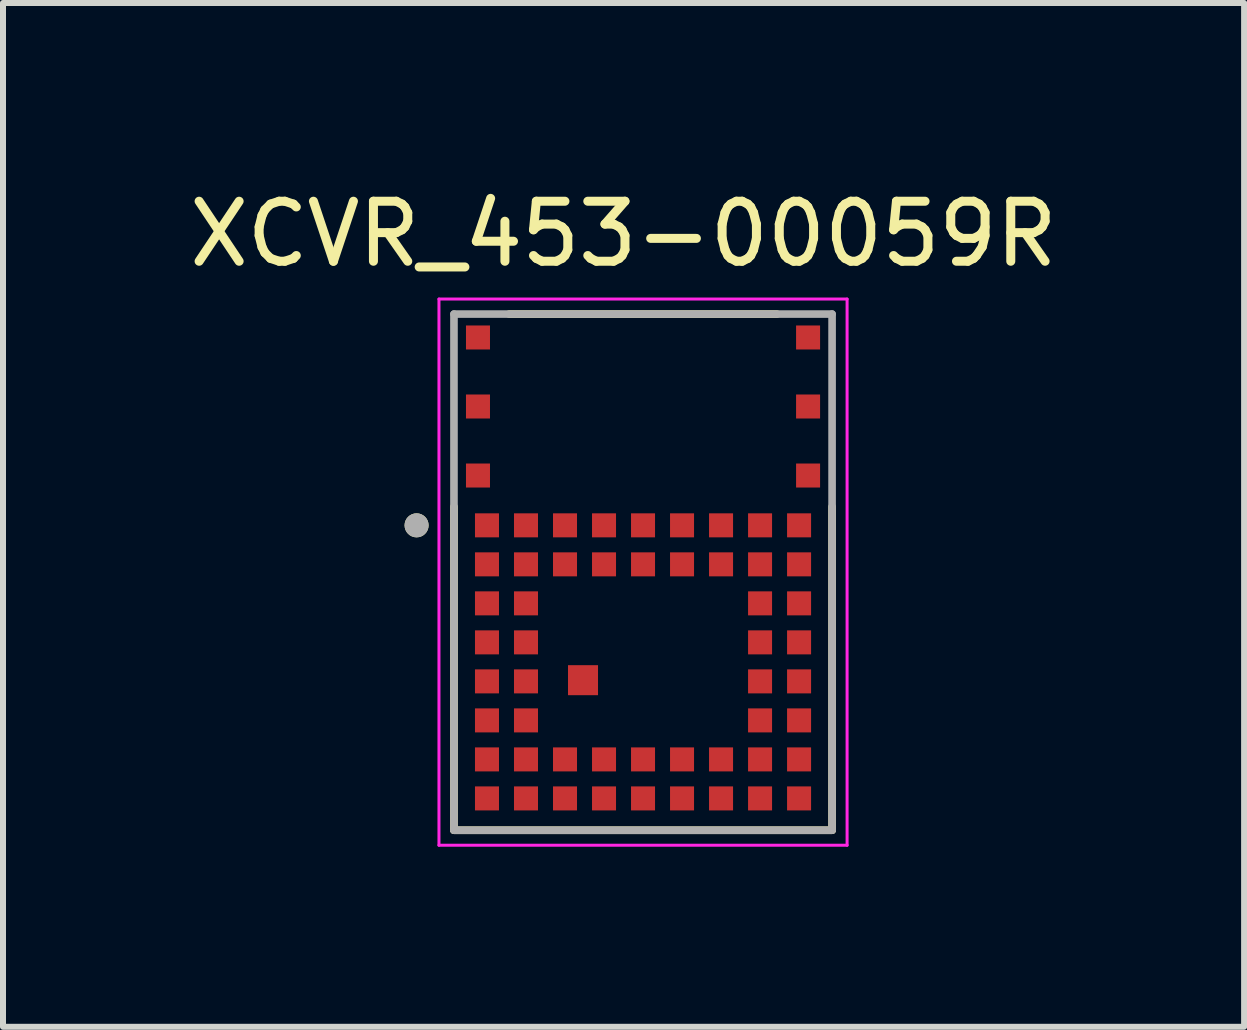
<source format=kicad_pcb>
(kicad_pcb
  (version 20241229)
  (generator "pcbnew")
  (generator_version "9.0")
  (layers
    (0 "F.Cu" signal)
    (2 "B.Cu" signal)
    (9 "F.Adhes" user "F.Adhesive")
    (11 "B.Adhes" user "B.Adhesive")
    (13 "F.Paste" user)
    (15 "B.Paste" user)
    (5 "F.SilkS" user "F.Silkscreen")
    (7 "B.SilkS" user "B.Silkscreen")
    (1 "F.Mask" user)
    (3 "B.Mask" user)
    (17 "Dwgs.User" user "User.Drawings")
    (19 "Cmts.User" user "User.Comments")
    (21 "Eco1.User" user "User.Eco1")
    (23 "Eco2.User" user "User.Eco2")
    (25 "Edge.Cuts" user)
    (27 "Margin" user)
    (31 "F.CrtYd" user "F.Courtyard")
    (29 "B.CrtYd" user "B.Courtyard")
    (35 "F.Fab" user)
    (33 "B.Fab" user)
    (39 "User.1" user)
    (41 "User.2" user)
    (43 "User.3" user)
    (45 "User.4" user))
  (footprint "XCVR_453-00059R"
    (layer "F.Cu")
    (at 7.664 6.483)
    (property "Reference" "XCVR_453-00059R" (at -0.325 -5.635 0) (layer "F.SilkS") (effects (font (size 1 1) (thickness 0.15))))
    (attr smd)
    (fp_line (start -3.15 4.3) (end -3.15 -1.09) (stroke (width 0.127) (type solid)) (layer "F.SilkS"))
    (fp_line (start -3.15 4.3) (end 3.15 4.3) (stroke (width 0.127) (type solid)) (layer "F.SilkS"))
    (fp_line (start -2.23 -4.3) (end 2.23 -4.3) (stroke (width 0.127) (type solid)) (layer "F.SilkS"))
    (fp_line (start 3.15 4.3) (end 3.15 -1.09) (stroke (width 0.127) (type solid)) (layer "F.SilkS"))
    (fp_circle (center -3.773 -0.78) (end -3.673 -0.78) (stroke (width 0.2) (type solid)) (fill no) (layer "F.SilkS"))
    (fp_line (start -3.4 -4.55) (end -3.4 4.55) (stroke (width 0.05) (type solid)) (layer "F.CrtYd"))
    (fp_line (start -3.4 4.55) (end 3.4 4.55) (stroke (width 0.05) (type solid)) (layer "F.CrtYd"))
    (fp_line (start 3.4 -4.55) (end -3.4 -4.55) (stroke (width 0.05) (type solid)) (layer "F.CrtYd"))
    (fp_line (start 3.4 4.55) (end 3.4 -4.55) (stroke (width 0.05) (type solid)) (layer "F.CrtYd"))
    (fp_line (start -3.15 -4.3) (end 3.15 -4.3) (stroke (width 0.127) (type solid)) (layer "F.Fab"))
    (fp_line (start -3.15 4.3) (end -3.15 -4.3) (stroke (width 0.127) (type solid)) (layer "F.Fab"))
    (fp_line (start -3.15 4.3) (end 3.15 4.3) (stroke (width 0.127) (type solid)) (layer "F.Fab"))
    (fp_line (start 3.15 4.3) (end 3.15 -4.3) (stroke (width 0.127) (type solid)) (layer "F.Fab"))
    (fp_circle (center -3.773 -0.78) (end -3.673 -0.78) (stroke (width 0.2) (type solid)) (fill no) (layer "F.Fab"))
    (pad "1" smd rect (at -2.6 -0.78) (size 0.4 0.4) (layers "F.Cu" "F.Mask" "F.Paste"))
    (pad "2" smd rect (at -1.95 -0.78) (size 0.4 0.4) (layers "F.Cu" "F.Mask" "F.Paste"))
    (pad "3" smd rect (at -1.3 -0.78) (size 0.4 0.4) (layers "F.Cu" "F.Mask" "F.Paste"))
    (pad "4" smd rect (at -0.65 -0.78) (size 0.4 0.4) (layers "F.Cu" "F.Mask" "F.Paste"))
    (pad "5" smd rect (at 0 -0.78) (size 0.4 0.4) (layers "F.Cu" "F.Mask" "F.Paste"))
    (pad "6" smd rect (at 0.65 -0.78) (size 0.4 0.4) (layers "F.Cu" "F.Mask" "F.Paste"))
    (pad "7" smd rect (at 1.3 -0.78) (size 0.4 0.4) (layers "F.Cu" "F.Mask" "F.Paste"))
    (pad "8" smd rect (at 1.95 -0.78) (size 0.4 0.4) (layers "F.Cu" "F.Mask" "F.Paste"))
    (pad "9" smd rect (at 2.6 -0.78) (size 0.4 0.4) (layers "F.Cu" "F.Mask" "F.Paste"))
    (pad "10" smd rect (at 2.6 -0.13) (size 0.4 0.4) (layers "F.Cu" "F.Mask" "F.Paste"))
    (pad "11" smd rect (at 2.6 0.52) (size 0.4 0.4) (layers "F.Cu" "F.Mask" "F.Paste"))
    (pad "12" smd rect (at 2.6 1.17) (size 0.4 0.4) (layers "F.Cu" "F.Mask" "F.Paste"))
    (pad "13" smd rect (at 2.6 1.82) (size 0.4 0.4) (layers "F.Cu" "F.Mask" "F.Paste"))
    (pad "14" smd rect (at 2.6 2.47) (size 0.4 0.4) (layers "F.Cu" "F.Mask" "F.Paste"))
    (pad "15" smd rect (at 2.6 3.12) (size 0.4 0.4) (layers "F.Cu" "F.Mask" "F.Paste"))
    (pad "16" smd rect (at 2.6 3.77) (size 0.4 0.4) (layers "F.Cu" "F.Mask" "F.Paste"))
    (pad "17" smd rect (at 1.95 3.77) (size 0.4 0.4) (layers "F.Cu" "F.Mask" "F.Paste"))
    (pad "18" smd rect (at 1.3 3.77) (size 0.4 0.4) (layers "F.Cu" "F.Mask" "F.Paste"))
    (pad "19" smd rect (at 0.65 3.77) (size 0.4 0.4) (layers "F.Cu" "F.Mask" "F.Paste"))
    (pad "20" smd rect (at 0 3.77) (size 0.4 0.4) (layers "F.Cu" "F.Mask" "F.Paste"))
    (pad "21" smd rect (at -0.65 3.77) (size 0.4 0.4) (layers "F.Cu" "F.Mask" "F.Paste"))
    (pad "22" smd rect (at -1.3 3.77) (size 0.4 0.4) (layers "F.Cu" "F.Mask" "F.Paste"))
    (pad "23" smd rect (at -1.95 3.77) (size 0.4 0.4) (layers "F.Cu" "F.Mask" "F.Paste"))
    (pad "24" smd rect (at -2.6 3.77) (size 0.4 0.4) (layers "F.Cu" "F.Mask" "F.Paste"))
    (pad "25" smd rect (at -2.6 3.12) (size 0.4 0.4) (layers "F.Cu" "F.Mask" "F.Paste"))
    (pad "26" smd rect (at -2.6 2.47) (size 0.4 0.4) (layers "F.Cu" "F.Mask" "F.Paste"))
    (pad "27" smd rect (at -2.6 1.82) (size 0.4 0.4) (layers "F.Cu" "F.Mask" "F.Paste"))
    (pad "28" smd rect (at -2.6 1.17) (size 0.4 0.4) (layers "F.Cu" "F.Mask" "F.Paste"))
    (pad "29" smd rect (at -2.6 0.52) (size 0.4 0.4) (layers "F.Cu" "F.Mask" "F.Paste"))
    (pad "30" smd rect (at -2.6 -0.13) (size 0.4 0.4) (layers "F.Cu" "F.Mask" "F.Paste"))
    (pad "31" smd rect (at -1.95 -0.13) (size 0.4 0.4) (layers "F.Cu" "F.Mask" "F.Paste"))
    (pad "32" smd rect (at -1.3 -0.13) (size 0.4 0.4) (layers "F.Cu" "F.Mask" "F.Paste"))
    (pad "33" smd rect (at -0.65 -0.13) (size 0.4 0.4) (layers "F.Cu" "F.Mask" "F.Paste"))
    (pad "34" smd rect (at 0 -0.13) (size 0.4 0.4) (layers "F.Cu" "F.Mask" "F.Paste"))
    (pad "35" smd rect (at 0.65 -0.13) (size 0.4 0.4) (layers "F.Cu" "F.Mask" "F.Paste"))
    (pad "36" smd rect (at 1.3 -0.13) (size 0.4 0.4) (layers "F.Cu" "F.Mask" "F.Paste"))
    (pad "37" smd rect (at 1.95 -0.13) (size 0.4 0.4) (layers "F.Cu" "F.Mask" "F.Paste"))
    (pad "38" smd rect (at 1.95 0.52) (size 0.4 0.4) (layers "F.Cu" "F.Mask" "F.Paste"))
    (pad "39" smd rect (at 1.95 1.17) (size 0.4 0.4) (layers "F.Cu" "F.Mask" "F.Paste"))
    (pad "40" smd rect (at 1.95 1.82) (size 0.4 0.4) (layers "F.Cu" "F.Mask" "F.Paste"))
    (pad "41" smd rect (at 1.95 2.47) (size 0.4 0.4) (layers "F.Cu" "F.Mask" "F.Paste"))
    (pad "42" smd rect (at 1.95 3.12) (size 0.4 0.4) (layers "F.Cu" "F.Mask" "F.Paste"))
    (pad "43" smd rect (at 1.3 3.12) (size 0.4 0.4) (layers "F.Cu" "F.Mask" "F.Paste"))
    (pad "44" smd rect (at 0.65 3.12) (size 0.4 0.4) (layers "F.Cu" "F.Mask" "F.Paste"))
    (pad "45" smd rect (at 0 3.12) (size 0.4 0.4) (layers "F.Cu" "F.Mask" "F.Paste"))
    (pad "46" smd rect (at -0.65 3.12) (size 0.4 0.4) (layers "F.Cu" "F.Mask" "F.Paste"))
    (pad "47" smd rect (at -1.3 3.12) (size 0.4 0.4) (layers "F.Cu" "F.Mask" "F.Paste"))
    (pad "48" smd rect (at -1.95 3.12) (size 0.4 0.4) (layers "F.Cu" "F.Mask" "F.Paste"))
    (pad "49" smd rect (at -1.95 2.47) (size 0.4 0.4) (layers "F.Cu" "F.Mask" "F.Paste"))
    (pad "50" smd rect (at -1.95 1.82) (size 0.4 0.4) (layers "F.Cu" "F.Mask" "F.Paste"))
    (pad "51" smd rect (at -1.95 1.17) (size 0.4 0.4) (layers "F.Cu" "F.Mask" "F.Paste"))
    (pad "52" smd rect (at -1.95 0.52) (size 0.4 0.4) (layers "F.Cu" "F.Mask" "F.Paste"))
    (pad "G1" smd rect (at -1 1.8) (size 0.5 0.5) (layers "F.Cu" "F.Mask" "F.Paste"))
    (pad "G2" smd rect (at 2.75 -3.91) (size 0.4 0.4) (layers "F.Cu" "F.Mask" "F.Paste"))
    (pad "G3" smd rect (at 2.75 -2.76) (size 0.4 0.4) (layers "F.Cu" "F.Mask" "F.Paste"))
    (pad "G4" smd rect (at 2.75 -1.61) (size 0.4 0.4) (layers "F.Cu" "F.Mask" "F.Paste"))
    (pad "G5" smd rect (at -2.75 -1.61) (size 0.4 0.4) (layers "F.Cu" "F.Mask" "F.Paste"))
    (pad "G6" smd rect (at -2.75 -2.76) (size 0.4 0.4) (layers "F.Cu" "F.Mask" "F.Paste"))
    (pad "G7" smd rect (at -2.75 -3.91) (size 0.4 0.4) (layers "F.Cu" "F.Mask" "F.Paste"))
    (zone (net_name "") (layer "F.Cu") (hatch full 0.508) (connect_pads) (min_thickness 0.01) (filled_areas_thickness no) (keepout (tracks not_allowed) (vias not_allowed) (pads not_allowed) (copperpour not_allowed) (footprints allowed)) (placement (enabled no)) (fill) (polygon (pts (xy 5.164 2.183) (xy 10.164 2.183) (xy 10.164 5.183) (xy 5.164 5.183))))
    (zone (net_name "") (layers "F.Cu" "B.Cu") (hatch full 0.508) (connect_pads) (min_thickness 0.01) (filled_areas_thickness no) (keepout (tracks allowed) (vias not_allowed) (pads allowed) (copperpour allowed) (footprints allowed)) (placement (enabled no)) (fill) (polygon (pts (xy 5.164 2.183) (xy 10.164 2.183) (xy 10.164 5.183) (xy 5.164 5.183))))
    (zone (net_name "") (layer "B.Cu") (hatch full 0.508) (connect_pads) (min_thickness 0.01) (filled_areas_thickness no) (keepout (tracks not_allowed) (vias not_allowed) (pads not_allowed) (copperpour not_allowed) (footprints allowed)) (placement (enabled no)) (fill) (polygon (pts (xy 5.164 2.183) (xy 10.164 2.183) (xy 10.164 5.183) (xy 5.164 5.183)))))
  (gr_rect
    (start -3 -3)
    (end 17.679 14.058)
    (stroke (width 0.1) (type default))
    (fill no)
    (layer "Edge.Cuts")))
</source>
